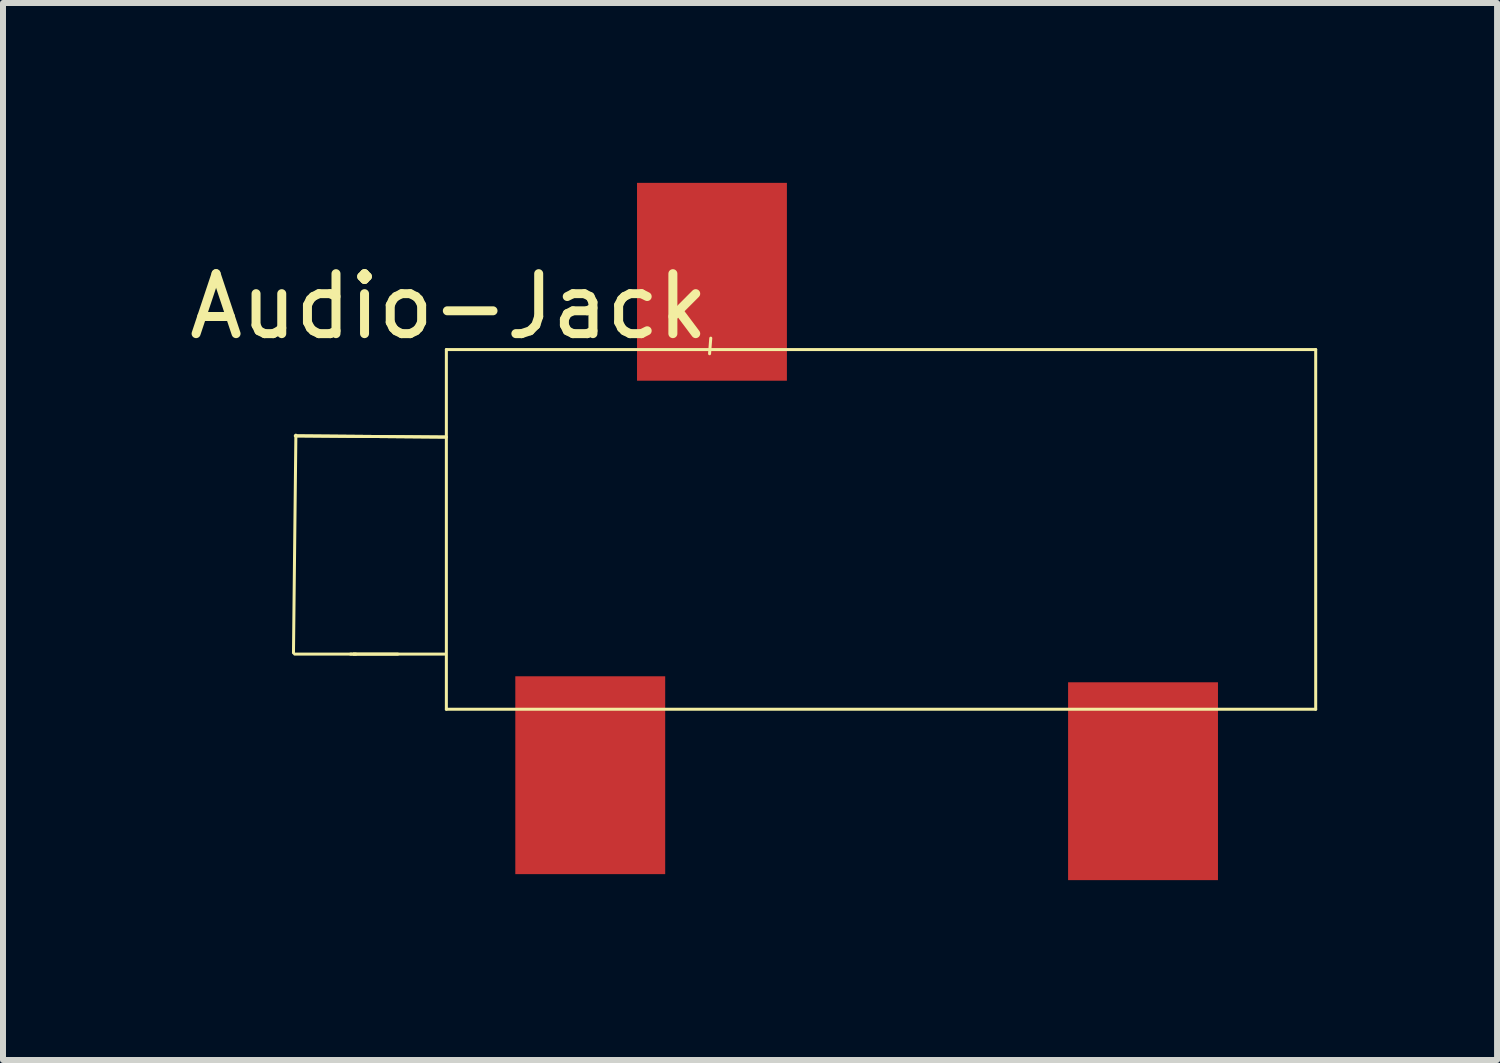
<source format=kicad_pcb>
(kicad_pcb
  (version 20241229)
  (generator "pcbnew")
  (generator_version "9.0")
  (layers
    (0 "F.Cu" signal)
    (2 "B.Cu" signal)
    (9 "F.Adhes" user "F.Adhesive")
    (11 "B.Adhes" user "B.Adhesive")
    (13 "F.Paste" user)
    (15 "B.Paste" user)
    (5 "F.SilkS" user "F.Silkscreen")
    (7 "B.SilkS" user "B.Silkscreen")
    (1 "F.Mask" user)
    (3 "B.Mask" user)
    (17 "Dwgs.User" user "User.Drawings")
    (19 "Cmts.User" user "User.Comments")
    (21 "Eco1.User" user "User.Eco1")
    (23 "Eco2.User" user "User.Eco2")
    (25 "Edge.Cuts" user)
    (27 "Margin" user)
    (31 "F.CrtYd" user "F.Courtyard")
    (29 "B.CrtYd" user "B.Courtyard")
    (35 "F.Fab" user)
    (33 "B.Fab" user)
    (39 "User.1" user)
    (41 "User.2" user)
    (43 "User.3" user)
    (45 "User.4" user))
  (footprint "Audio-Jack"
    (layer "F.Cu")
    (at 4.395 2.78)
    (property "Reference" "Audio-Jack" (at 0.04 -0.72 0) (layer "F.SilkS") (effects (font (size 1 1) (thickness 0.15))))
    (attr through_hole)
    (fp_line (start -2.55 5.06) (end -2.51 1.43) (stroke (width 0.05) (type solid)) (layer "F.SilkS"))
    (fp_line (start -2.51 1.43) (end -2.52 1.44) (stroke (width 0.05) (type solid)) (layer "F.SilkS"))
    (fp_line (start -2.5 1.44) (end -0.01 1.46) (stroke (width 0.05) (type solid)) (layer "F.SilkS"))
    (fp_line (start -1.58 5.08) (end -2.53 5.08) (stroke (width 0.05) (type solid)) (layer "F.SilkS"))
    (fp_line (start -1.55 5.08) (end -0.03 5.08) (stroke (width 0.05) (type solid)) (layer "F.SilkS"))
    (fp_line (start -1.51 5.08) (end -1.6 5.08) (stroke (width 0.05) (type solid)) (layer "F.SilkS"))
    (fp_line (start -0.81 5.08) (end -1.55 5.08) (stroke (width 0.05) (type solid)) (layer "F.SilkS"))
    (fp_line (start 0 0) (end 14.5 0) (stroke (width 0.05) (type solid)) (layer "F.SilkS"))
    (fp_line (start 0 1.46) (end -2.5 1.44) (stroke (width 0.05) (type solid)) (layer "F.SilkS"))
    (fp_line (start 0 6) (end 0 0) (stroke (width 0.05) (type solid)) (layer "F.SilkS"))
    (fp_line (start 4.39 0.07) (end 4.41 -0.19) (stroke (width 0.05) (type solid)) (layer "F.SilkS"))
    (fp_line (start 14.5 0) (end 14.5 6) (stroke (width 0.05) (type solid)) (layer "F.SilkS"))
    (fp_line (start 14.5 6) (end 0 6) (stroke (width 0.05) (type solid)) (layer "F.SilkS"))
    (pad "1" smd rect (at 4.43 -1.13) (size 2.5 3.3) (layers "F.Cu" "F.Mask" "F.Paste"))
    (pad "2" smd rect (at 2.4 7.1) (size 2.5 3.3) (layers "F.Cu" "F.Mask" "F.Paste"))
    (pad "3" smd rect (at 11.62 7.2) (size 2.5 3.3) (layers "F.Cu" "F.Mask" "F.Paste")))
  (gr_rect
    (start -3 -3)
    (end 21.92 14.63)
    (stroke (width 0.1) (type default))
    (fill no)
    (layer "Edge.Cuts")))
</source>
